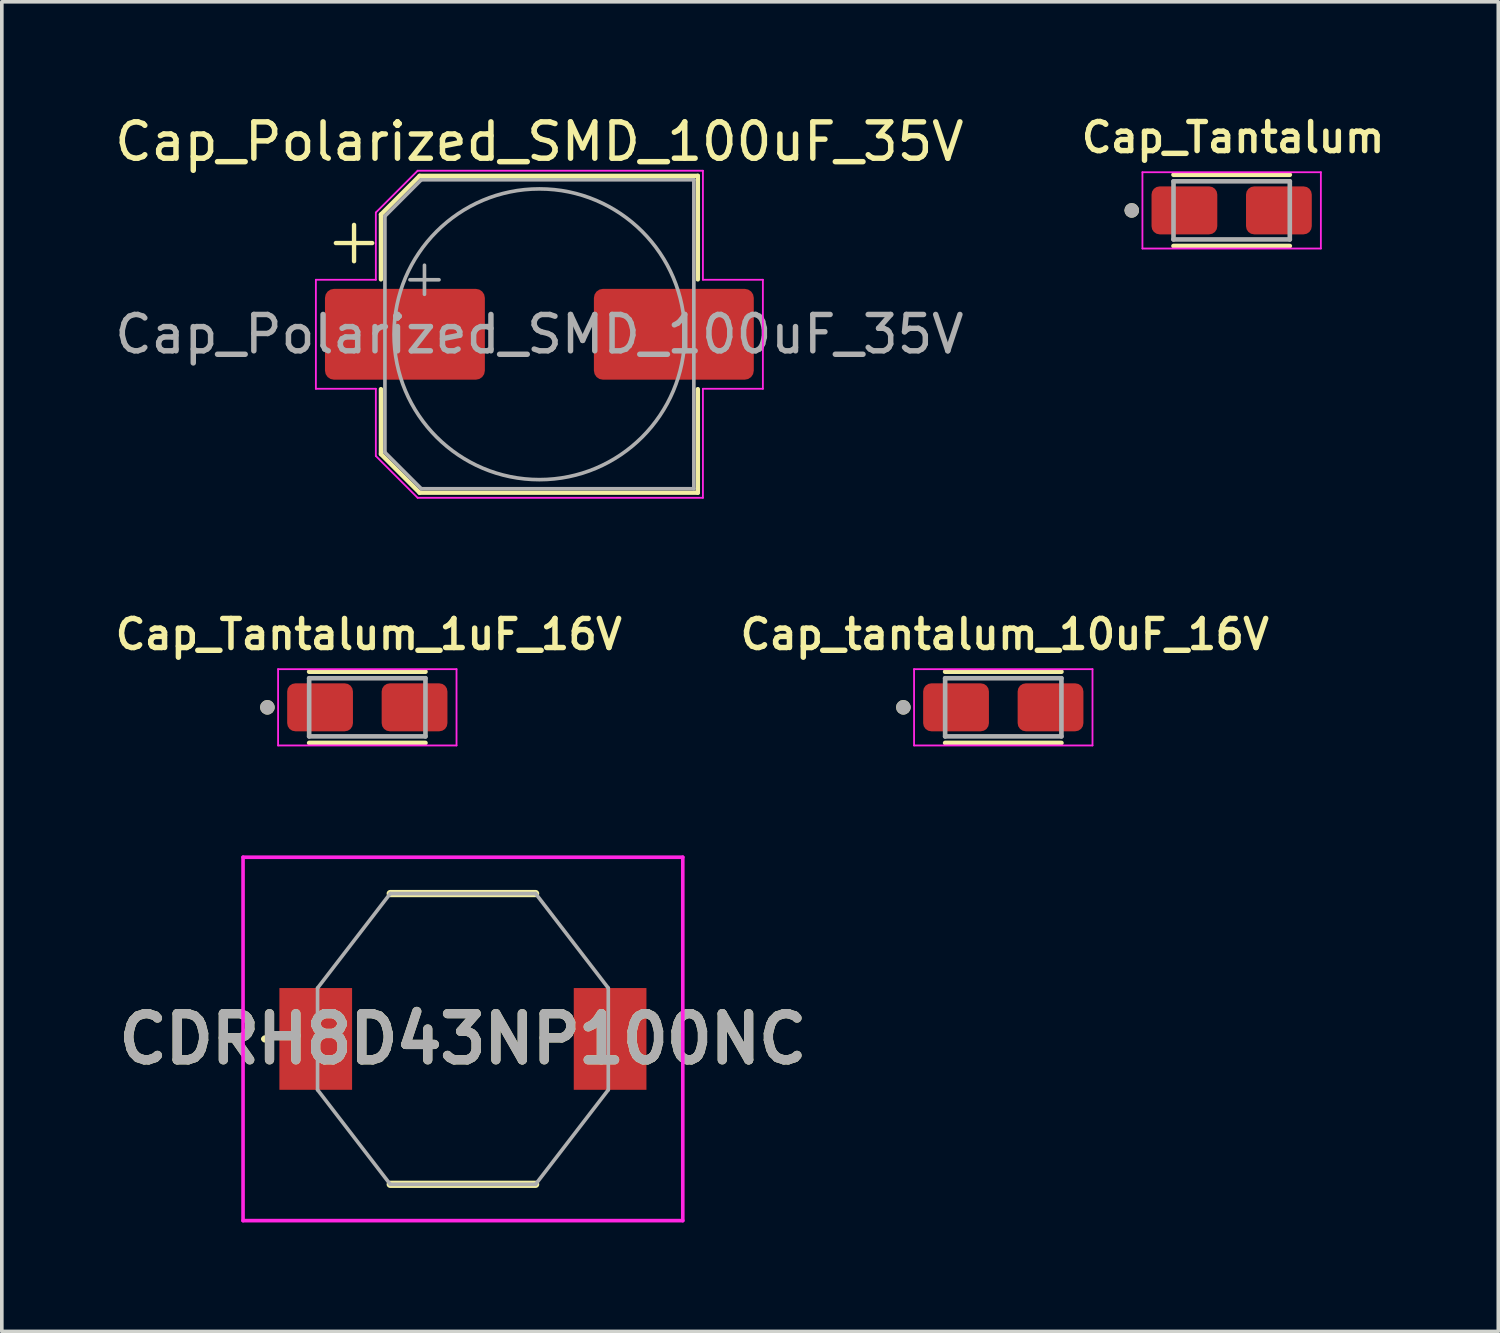
<source format=kicad_pcb>
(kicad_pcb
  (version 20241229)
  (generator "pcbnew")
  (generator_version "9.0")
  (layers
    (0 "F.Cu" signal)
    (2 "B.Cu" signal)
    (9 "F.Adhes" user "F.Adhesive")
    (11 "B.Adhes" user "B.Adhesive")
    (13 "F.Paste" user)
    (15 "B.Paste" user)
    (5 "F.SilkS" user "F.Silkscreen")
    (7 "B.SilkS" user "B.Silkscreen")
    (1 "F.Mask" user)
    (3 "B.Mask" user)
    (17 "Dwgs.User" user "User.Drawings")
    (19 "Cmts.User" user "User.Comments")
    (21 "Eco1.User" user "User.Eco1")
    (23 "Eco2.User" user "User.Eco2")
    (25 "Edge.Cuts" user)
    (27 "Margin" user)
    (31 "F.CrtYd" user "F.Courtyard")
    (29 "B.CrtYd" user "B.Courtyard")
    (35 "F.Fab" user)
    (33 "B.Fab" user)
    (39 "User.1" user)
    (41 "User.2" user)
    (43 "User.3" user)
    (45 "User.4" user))
  (footprint "Cap_tantalum_10uF_16V"
    (layer "F.Cu")
    (at 24.557 16.413)
    (property "Reference" "Cap_tantalum_10uF_16V" (at 0.04 -2.008 0) (layer "F.SilkS") (effects (font (size 0.8 0.8) (thickness 0.15))))
    (attr smd)
    (fp_line (start -1.6 -0.98) (end 1.6 -0.98) (stroke (width 0.127) (type solid)) (layer "F.SilkS"))
    (fp_line (start -1.6 0.98) (end 1.6 0.98) (stroke (width 0.127) (type solid)) (layer "F.SilkS"))
    (fp_circle (center -2.75 0) (end -2.65 0) (stroke (width 0.2) (type solid)) (fill no) (layer "F.SilkS"))
    (fp_line (start -2.455 -1.05) (end 2.455 -1.05) (stroke (width 0.05) (type solid)) (layer "F.CrtYd"))
    (fp_line (start -2.455 1.05) (end -2.455 -1.05) (stroke (width 0.05) (type solid)) (layer "F.CrtYd"))
    (fp_line (start 2.455 -1.05) (end 2.455 1.05) (stroke (width 0.05) (type solid)) (layer "F.CrtYd"))
    (fp_line (start 2.455 1.05) (end -2.455 1.05) (stroke (width 0.05) (type solid)) (layer "F.CrtYd"))
    (fp_line (start -1.6 -0.8) (end -1.6 0.8) (stroke (width 0.127) (type solid)) (layer "F.Fab"))
    (fp_line (start -1.6 0.8) (end 1.6 0.8) (stroke (width 0.127) (type solid)) (layer "F.Fab"))
    (fp_line (start 1.6 -0.8) (end -1.6 -0.8) (stroke (width 0.127) (type solid)) (layer "F.Fab"))
    (fp_line (start 1.6 0.8) (end 1.6 -0.8) (stroke (width 0.127) (type solid)) (layer "F.Fab"))
    (fp_circle (center -2.75 0) (end -2.65 0) (stroke (width 0.2) (type solid)) (fill no) (layer "F.Fab"))
    (pad "1" smd roundrect (at -1.3 0) (size 1.81 1.32) (layers "F.Cu" "F.Mask" "F.Paste") (roundrect_rratio 0.17))
    (pad "2" smd roundrect (at 1.3 0) (size 1.81 1.32) (layers "F.Cu" "F.Mask" "F.Paste") (roundrect_rratio 0.17)))
  (footprint "Cap_Polarized_SMD_100uF_35V"
    (layer "F.Cu")
    (at 11.792 6.148)
    (property "Reference" "Cap_Polarized_SMD_100uF_35V" (at 0 -5.3 0) (layer "F.SilkS") (effects (font (size 1 1) (thickness 0.15))))
    (attr smd)
    (fp_line (start -5.6 -2.51) (end -4.6 -2.51) (stroke (width 0.12) (type solid)) (layer "F.SilkS"))
    (fp_line (start -5.1 -3.01) (end -5.1 -2.01) (stroke (width 0.12) (type solid)) (layer "F.SilkS"))
    (fp_line (start -4.36 -3.296) (end -4.36 -1.51) (stroke (width 0.12) (type solid)) (layer "F.SilkS"))
    (fp_line (start -4.36 -3.296) (end -3.296 -4.36) (stroke (width 0.12) (type solid)) (layer "F.SilkS"))
    (fp_line (start -4.36 3.296) (end -4.36 1.51) (stroke (width 0.12) (type solid)) (layer "F.SilkS"))
    (fp_line (start -4.36 3.296) (end -3.296 4.36) (stroke (width 0.12) (type solid)) (layer "F.SilkS"))
    (fp_line (start -3.296 -4.36) (end 4.36 -4.36) (stroke (width 0.12) (type solid)) (layer "F.SilkS"))
    (fp_line (start -3.296 4.36) (end 4.36 4.36) (stroke (width 0.12) (type solid)) (layer "F.SilkS"))
    (fp_line (start 4.36 -4.36) (end 4.36 -1.51) (stroke (width 0.12) (type solid)) (layer "F.SilkS"))
    (fp_line (start 4.36 4.36) (end 4.36 1.51) (stroke (width 0.12) (type solid)) (layer "F.SilkS"))
    (fp_line (start -6.15 -1.5) (end -6.15 1.5) (stroke (width 0.05) (type solid)) (layer "F.CrtYd"))
    (fp_line (start -6.15 1.5) (end -4.5 1.5) (stroke (width 0.05) (type solid)) (layer "F.CrtYd"))
    (fp_line (start -4.5 -3.35) (end -4.5 -1.5) (stroke (width 0.05) (type solid)) (layer "F.CrtYd"))
    (fp_line (start -4.5 -3.35) (end -3.35 -4.5) (stroke (width 0.05) (type solid)) (layer "F.CrtYd"))
    (fp_line (start -4.5 -1.5) (end -6.15 -1.5) (stroke (width 0.05) (type solid)) (layer "F.CrtYd"))
    (fp_line (start -4.5 1.5) (end -4.5 3.35) (stroke (width 0.05) (type solid)) (layer "F.CrtYd"))
    (fp_line (start -4.5 3.35) (end -3.35 4.5) (stroke (width 0.05) (type solid)) (layer "F.CrtYd"))
    (fp_line (start -3.35 -4.5) (end 4.5 -4.5) (stroke (width 0.05) (type solid)) (layer "F.CrtYd"))
    (fp_line (start -3.35 4.5) (end 4.5 4.5) (stroke (width 0.05) (type solid)) (layer "F.CrtYd"))
    (fp_line (start 4.5 -4.5) (end 4.5 -1.5) (stroke (width 0.05) (type solid)) (layer "F.CrtYd"))
    (fp_line (start 4.5 -1.5) (end 6.15 -1.5) (stroke (width 0.05) (type solid)) (layer "F.CrtYd"))
    (fp_line (start 4.5 1.5) (end 4.5 4.5) (stroke (width 0.05) (type solid)) (layer "F.CrtYd"))
    (fp_line (start 6.15 -1.5) (end 6.15 1.5) (stroke (width 0.05) (type solid)) (layer "F.CrtYd"))
    (fp_line (start 6.15 1.5) (end 4.5 1.5) (stroke (width 0.05) (type solid)) (layer "F.CrtYd"))
    (fp_line (start -4.25 -3.25) (end -4.25 3.25) (stroke (width 0.1) (type solid)) (layer "F.Fab"))
    (fp_line (start -4.25 -3.25) (end -3.25 -4.25) (stroke (width 0.1) (type solid)) (layer "F.Fab"))
    (fp_line (start -4.25 3.25) (end -3.25 4.25) (stroke (width 0.1) (type solid)) (layer "F.Fab"))
    (fp_line (start -3.562 -1.5) (end -2.762 -1.5) (stroke (width 0.1) (type solid)) (layer "F.Fab"))
    (fp_line (start -3.25 -4.25) (end 4.25 -4.25) (stroke (width 0.1) (type solid)) (layer "F.Fab"))
    (fp_line (start -3.25 4.25) (end 4.25 4.25) (stroke (width 0.1) (type solid)) (layer "F.Fab"))
    (fp_line (start -3.162 -1.9) (end -3.162 -1.1) (stroke (width 0.1) (type solid)) (layer "F.Fab"))
    (fp_line (start 4.25 -4.25) (end 4.25 4.25) (stroke (width 0.1) (type solid)) (layer "F.Fab"))
    (fp_circle (center 0 0) (end 4 0) (stroke (width 0.1) (type solid)) (fill no) (layer "F.Fab"))
    (fp_text user "${REFERENCE}" (at 0 0 0) (layer "F.Fab") (effects (font (size 1 1) (thickness 0.15))))
    (pad "1" smd roundrect (at -3.7 0) (size 4.4 2.5) (layers "F.Cu" "F.Mask" "F.Paste") (roundrect_rratio 0.1))
    (pad "2" smd roundrect (at 3.7 0) (size 4.4 2.5) (layers "F.Cu" "F.Mask" "F.Paste") (roundrect_rratio 0.1)))
  (footprint "Cap_Tantalum"
    (layer "F.Cu")
    (at 30.841 2.739)
    (property "Reference" "Cap_Tantalum" (at 0.04 -2.008 0) (layer "F.SilkS") (effects (font (size 0.8 0.8) (thickness 0.15))))
    (attr smd)
    (fp_line (start -1.6 -0.98) (end 1.6 -0.98) (stroke (width 0.127) (type solid)) (layer "F.SilkS"))
    (fp_line (start -1.6 0.98) (end 1.6 0.98) (stroke (width 0.127) (type solid)) (layer "F.SilkS"))
    (fp_circle (center -2.75 0) (end -2.65 0) (stroke (width 0.2) (type solid)) (fill no) (layer "F.SilkS"))
    (fp_line (start -2.455 -1.05) (end 2.455 -1.05) (stroke (width 0.05) (type solid)) (layer "F.CrtYd"))
    (fp_line (start -2.455 1.05) (end -2.455 -1.05) (stroke (width 0.05) (type solid)) (layer "F.CrtYd"))
    (fp_line (start 2.455 -1.05) (end 2.455 1.05) (stroke (width 0.05) (type solid)) (layer "F.CrtYd"))
    (fp_line (start 2.455 1.05) (end -2.455 1.05) (stroke (width 0.05) (type solid)) (layer "F.CrtYd"))
    (fp_line (start -1.6 -0.8) (end -1.6 0.8) (stroke (width 0.127) (type solid)) (layer "F.Fab"))
    (fp_line (start -1.6 0.8) (end 1.6 0.8) (stroke (width 0.127) (type solid)) (layer "F.Fab"))
    (fp_line (start 1.6 -0.8) (end -1.6 -0.8) (stroke (width 0.127) (type solid)) (layer "F.Fab"))
    (fp_line (start 1.6 0.8) (end 1.6 -0.8) (stroke (width 0.127) (type solid)) (layer "F.Fab"))
    (fp_circle (center -2.75 0) (end -2.65 0) (stroke (width 0.2) (type solid)) (fill no) (layer "F.Fab"))
    (pad "1" smd roundrect (at -1.3 0) (size 1.81 1.32) (layers "F.Cu" "F.Mask" "F.Paste") (roundrect_rratio 0.17))
    (pad "2" smd roundrect (at 1.3 0) (size 1.81 1.32) (layers "F.Cu" "F.Mask" "F.Paste") (roundrect_rratio 0.17)))
  (footprint "Cap_Tantalum_1uF_16V"
    (layer "F.Cu")
    (at 7.057 16.413)
    (property "Reference" "Cap_Tantalum_1uF_16V" (at 0.04 -2.008 0) (layer "F.SilkS") (effects (font (size 0.8 0.8) (thickness 0.15))))
    (attr smd)
    (fp_line (start -1.6 -0.98) (end 1.6 -0.98) (stroke (width 0.127) (type solid)) (layer "F.SilkS"))
    (fp_line (start -1.6 0.98) (end 1.6 0.98) (stroke (width 0.127) (type solid)) (layer "F.SilkS"))
    (fp_circle (center -2.75 0) (end -2.65 0) (stroke (width 0.2) (type solid)) (fill no) (layer "F.SilkS"))
    (fp_line (start -2.455 -1.05) (end 2.455 -1.05) (stroke (width 0.05) (type solid)) (layer "F.CrtYd"))
    (fp_line (start -2.455 1.05) (end -2.455 -1.05) (stroke (width 0.05) (type solid)) (layer "F.CrtYd"))
    (fp_line (start 2.455 -1.05) (end 2.455 1.05) (stroke (width 0.05) (type solid)) (layer "F.CrtYd"))
    (fp_line (start 2.455 1.05) (end -2.455 1.05) (stroke (width 0.05) (type solid)) (layer "F.CrtYd"))
    (fp_line (start -1.6 -0.8) (end -1.6 0.8) (stroke (width 0.127) (type solid)) (layer "F.Fab"))
    (fp_line (start -1.6 0.8) (end 1.6 0.8) (stroke (width 0.127) (type solid)) (layer "F.Fab"))
    (fp_line (start 1.6 -0.8) (end -1.6 -0.8) (stroke (width 0.127) (type solid)) (layer "F.Fab"))
    (fp_line (start 1.6 0.8) (end 1.6 -0.8) (stroke (width 0.127) (type solid)) (layer "F.Fab"))
    (fp_circle (center -2.75 0) (end -2.65 0) (stroke (width 0.2) (type solid)) (fill no) (layer "F.Fab"))
    (pad "1" smd roundrect (at -1.3 0) (size 1.81 1.32) (layers "F.Cu" "F.Mask" "F.Paste") (roundrect_rratio 0.17))
    (pad "2" smd roundrect (at 1.3 0) (size 1.81 1.32) (layers "F.Cu" "F.Mask" "F.Paste") (roundrect_rratio 0.17)))
  (footprint "CDRH8D43NP100NC"
    (layer "F.Cu")
    (at 9.688 25.538)
    (property "Reference" "CDRH8D43NP100NC" (at 0 0 0) (layer "F.SilkS") (effects (font (size 1.27 1.27) (thickness 0.254))))
    (attr smd)
    (fp_line (start -5.5 0) (end -5.5 0) (stroke (width 0.1) (type solid)) (layer "F.SilkS"))
    (fp_line (start -5.4 0) (end -5.4 0) (stroke (width 0.1) (type solid)) (layer "F.SilkS"))
    (fp_line (start -2 -4) (end 2 -4) (stroke (width 0.2) (type solid)) (layer "F.SilkS"))
    (fp_line (start -2 4) (end 2 4) (stroke (width 0.2) (type solid)) (layer "F.SilkS"))
    (fp_arc (start -5.5 0) (mid -5.45 -0.05) (end -5.4 0) (stroke (width 0.1) (type solid)) (layer "F.SilkS"))
    (fp_arc (start -5.4 0) (mid -5.45 0.05) (end -5.5 0) (stroke (width 0.1) (type solid)) (layer "F.SilkS"))
    (fp_line (start -6.05 -5) (end 6.05 -5) (stroke (width 0.1) (type solid)) (layer "F.CrtYd"))
    (fp_line (start -6.05 5) (end -6.05 -5) (stroke (width 0.1) (type solid)) (layer "F.CrtYd"))
    (fp_line (start 6.05 -5) (end 6.05 5) (stroke (width 0.1) (type solid)) (layer "F.CrtYd"))
    (fp_line (start 6.05 5) (end -6.05 5) (stroke (width 0.1) (type solid)) (layer "F.CrtYd"))
    (fp_line (start -4 -1.4) (end -2 -4) (stroke (width 0.1) (type solid)) (layer "F.Fab"))
    (fp_line (start -4 1.4) (end -4 -1.4) (stroke (width 0.1) (type solid)) (layer "F.Fab"))
    (fp_line (start -2 -4) (end 2 -4) (stroke (width 0.1) (type solid)) (layer "F.Fab"))
    (fp_line (start -2 4) (end -4 1.4) (stroke (width 0.1) (type solid)) (layer "F.Fab"))
    (fp_line (start 2 -4) (end 4 -1.4) (stroke (width 0.1) (type solid)) (layer "F.Fab"))
    (fp_line (start 2 4) (end -2 4) (stroke (width 0.1) (type solid)) (layer "F.Fab"))
    (fp_line (start 4 -1.4) (end 4 1.4) (stroke (width 0.1) (type solid)) (layer "F.Fab"))
    (fp_line (start 4 1.4) (end 2 4) (stroke (width 0.1) (type solid)) (layer "F.Fab"))
    (fp_text user "${REFERENCE}" (at 0 0 0) (layer "F.Fab") (effects (font (size 1.27 1.27) (thickness 0.254))))
    (pad "1" smd rect (at -4.05 0) (size 2 2.8) (layers "F.Cu" "F.Mask" "F.Paste"))
    (pad "2" smd rect (at 4.05 0) (size 2 2.8) (layers "F.Cu" "F.Mask" "F.Paste")))
  (gr_rect
    (start -3 -3)
    (end 38.178 33.587)
    (stroke (width 0.1) (type default))
    (fill no)
    (layer "Edge.Cuts")))
</source>
